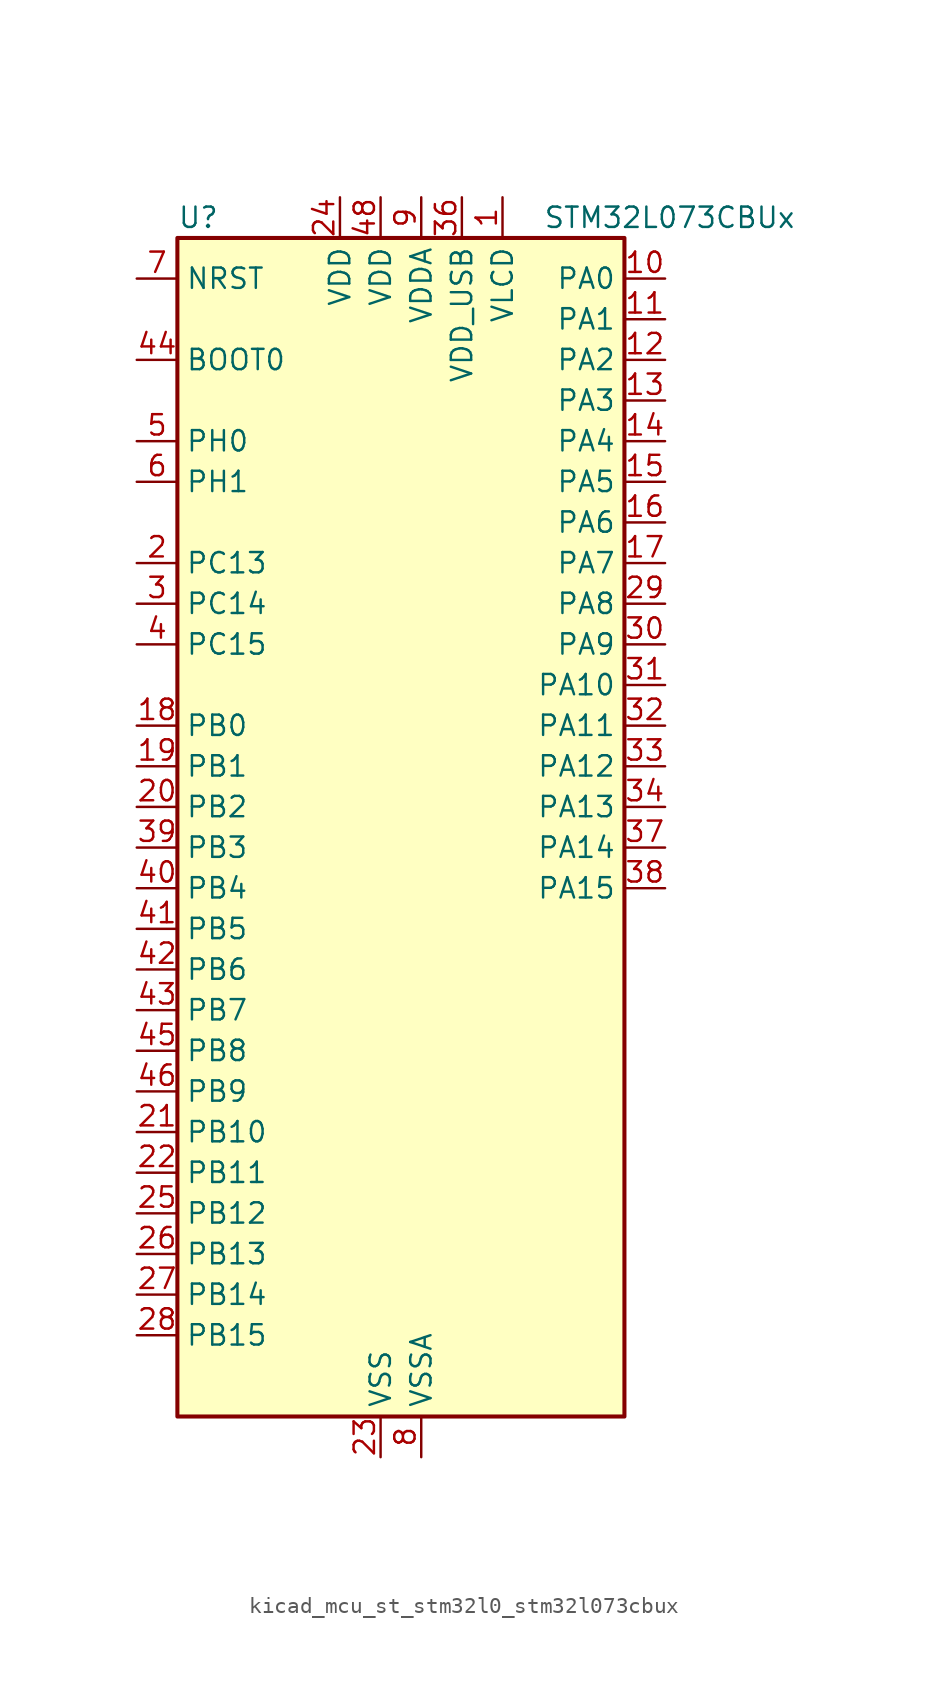
<source format=kicad_sym>
(kicad_symbol_lib
  (version 20220914)
  (generator kicad_symbol_editor)
  (symbol "kicad_mcu_st_stm32l0_stm32l073cbux"
    (property "Reference" "U"
      (at -12.7 39.37 0)
      (effects (font (size 1.27 1.27)) (justify left)))
    (property "Value" "STM32L073CBUx"
      (at 10.16 39.37 0)
      (effects (font (size 1.27 1.27)) (justify left)))
    (property "ki_locked" ""
      (at 0 0 0)
      (effects (font (size 1.27 1.27))))
    (symbol "kicad_mcu_st_stm32l0_stm32l073cbux_0_1"
      (rectangle (start -12.7 -35.56) (end 15.24 38.1) (stroke (width 0.254) (type default)) (fill (type background))))
    (symbol "kicad_mcu_st_stm32l0_stm32l073cbux_1_1"
      (pin power_in line (at 7.62 40.64 270) (length 2.54) (name "VLCD" (effects (font (size 1.27 1.27)))) (number "1" (effects (font (size 1.27 1.27)))))
      (pin bidirectional line (at 17.78 35.56 180) (length 2.54) (name "PA0" (effects (font (size 1.27 1.27)))) (number "10" (effects (font (size 1.27 1.27)))) (alternate "ADC_IN0" bidirectional line) (alternate "COMP1_INM" bidirectional line) (alternate "COMP1_OUT" bidirectional line) (alternate "RTC_TAMP2" bidirectional line) (alternate "SYS_WKUP1" bidirectional line) (alternate "TIM2_CH1" bidirectional line) (alternate "TIM2_ETR" bidirectional line) (alternate "TSC_G1_IO1" bidirectional line) (alternate "USART2_CTS" bidirectional line) (alternate "USART4_TX" bidirectional line))
      (pin bidirectional line (at 17.78 33.02 180) (length 2.54) (name "PA1" (effects (font (size 1.27 1.27)))) (number "11" (effects (font (size 1.27 1.27)))) (alternate "ADC_IN1" bidirectional line) (alternate "COMP1_INP" bidirectional line) (alternate "LCD_SEG0" bidirectional line) (alternate "TIM21_ETR" bidirectional line) (alternate "TIM2_CH2" bidirectional line) (alternate "TSC_G1_IO2" bidirectional line) (alternate "USART2_DE" bidirectional line) (alternate "USART2_RTS" bidirectional line) (alternate "USART4_RX" bidirectional line))
      (pin bidirectional line (at 17.78 30.48 180) (length 2.54) (name "PA2" (effects (font (size 1.27 1.27)))) (number "12" (effects (font (size 1.27 1.27)))) (alternate "ADC_IN2" bidirectional line) (alternate "COMP2_INM" bidirectional line) (alternate "COMP2_OUT" bidirectional line) (alternate "LCD_SEG1" bidirectional line) (alternate "LPUART1_TX" bidirectional line) (alternate "TIM21_CH1" bidirectional line) (alternate "TIM2_CH3" bidirectional line) (alternate "TSC_G1_IO3" bidirectional line) (alternate "USART2_TX" bidirectional line))
      (pin bidirectional line (at 17.78 27.94 180) (length 2.54) (name "PA3" (effects (font (size 1.27 1.27)))) (number "13" (effects (font (size 1.27 1.27)))) (alternate "ADC_IN3" bidirectional line) (alternate "COMP2_INP" bidirectional line) (alternate "LCD_SEG2" bidirectional line) (alternate "LPUART1_RX" bidirectional line) (alternate "TIM21_CH2" bidirectional line) (alternate "TIM2_CH4" bidirectional line) (alternate "TSC_G1_IO4" bidirectional line) (alternate "USART2_RX" bidirectional line))
      (pin bidirectional line (at 17.78 25.4 180) (length 2.54) (name "PA4" (effects (font (size 1.27 1.27)))) (number "14" (effects (font (size 1.27 1.27)))) (alternate "ADC_IN4" bidirectional line) (alternate "COMP1_INM" bidirectional line) (alternate "COMP2_INM" bidirectional line) (alternate "DAC_OUT1" bidirectional line) (alternate "SPI1_NSS" bidirectional line) (alternate "TIM22_ETR" bidirectional line) (alternate "TSC_G2_IO1" bidirectional line) (alternate "USART2_CK" bidirectional line))
      (pin bidirectional line (at 17.78 22.86 180) (length 2.54) (name "PA5" (effects (font (size 1.27 1.27)))) (number "15" (effects (font (size 1.27 1.27)))) (alternate "ADC_IN5" bidirectional line) (alternate "COMP1_INM" bidirectional line) (alternate "COMP2_INM" bidirectional line) (alternate "DAC_OUT2" bidirectional line) (alternate "SPI1_SCK" bidirectional line) (alternate "TIM2_CH1" bidirectional line) (alternate "TIM2_ETR" bidirectional line) (alternate "TSC_G2_IO2" bidirectional line))
      (pin bidirectional line (at 17.78 20.32 180) (length 2.54) (name "PA6" (effects (font (size 1.27 1.27)))) (number "16" (effects (font (size 1.27 1.27)))) (alternate "ADC_IN6" bidirectional line) (alternate "COMP1_OUT" bidirectional line) (alternate "LCD_SEG3" bidirectional line) (alternate "LPUART1_CTS" bidirectional line) (alternate "SPI1_MISO" bidirectional line) (alternate "TIM22_CH1" bidirectional line) (alternate "TIM3_CH1" bidirectional line) (alternate "TSC_G2_IO3" bidirectional line))
      (pin bidirectional line (at 17.78 17.78 180) (length 2.54) (name "PA7" (effects (font (size 1.27 1.27)))) (number "17" (effects (font (size 1.27 1.27)))) (alternate "ADC_IN7" bidirectional line) (alternate "COMP2_OUT" bidirectional line) (alternate "LCD_SEG4" bidirectional line) (alternate "SPI1_MOSI" bidirectional line) (alternate "TIM22_CH2" bidirectional line) (alternate "TIM3_CH2" bidirectional line) (alternate "TSC_G2_IO4" bidirectional line))
      (pin bidirectional line (at -15.24 7.62 0) (length 2.54) (name "PB0" (effects (font (size 1.27 1.27)))) (number "18" (effects (font (size 1.27 1.27)))) (alternate "ADC_IN8" bidirectional line) (alternate "LCD_SEG5" bidirectional line) (alternate "LCD_VLCD3" bidirectional line) (alternate "SYS_VREF_OUT_PB0" bidirectional line) (alternate "TIM3_CH3" bidirectional line) (alternate "TSC_G3_IO2" bidirectional line))
      (pin bidirectional line (at -15.24 5.08 0) (length 2.54) (name "PB1" (effects (font (size 1.27 1.27)))) (number "19" (effects (font (size 1.27 1.27)))) (alternate "ADC_IN9" bidirectional line) (alternate "LCD_SEG6" bidirectional line) (alternate "LPUART1_DE" bidirectional line) (alternate "LPUART1_RTS" bidirectional line) (alternate "SYS_VREF_OUT_PB1" bidirectional line) (alternate "TIM3_CH4" bidirectional line) (alternate "TSC_G3_IO3" bidirectional line))
      (pin bidirectional line (at -15.24 17.78 0) (length 2.54) (name "PC13" (effects (font (size 1.27 1.27)))) (number "2" (effects (font (size 1.27 1.27)))) (alternate "RTC_OUT_ALARM" bidirectional line) (alternate "RTC_OUT_CALIB" bidirectional line) (alternate "RTC_TAMP1" bidirectional line) (alternate "RTC_TS" bidirectional line) (alternate "SYS_WKUP2" bidirectional line))
      (pin bidirectional line (at -15.24 2.54 0) (length 2.54) (name "PB2" (effects (font (size 1.27 1.27)))) (number "20" (effects (font (size 1.27 1.27)))) (alternate "I2C3_SMBA" bidirectional line) (alternate "LCD_VLCD2" bidirectional line) (alternate "LPTIM1_OUT" bidirectional line) (alternate "TSC_G3_IO4" bidirectional line))
      (pin bidirectional line (at -15.24 -17.78 0) (length 2.54) (name "PB10" (effects (font (size 1.27 1.27)))) (number "21" (effects (font (size 1.27 1.27)))) (alternate "I2C2_SCL" bidirectional line) (alternate "LCD_SEG10" bidirectional line) (alternate "LPUART1_RX" bidirectional line) (alternate "LPUART1_TX" bidirectional line) (alternate "SPI2_SCK" bidirectional line) (alternate "TIM2_CH3" bidirectional line) (alternate "TSC_SYNC" bidirectional line))
      (pin bidirectional line (at -15.24 -20.32 0) (length 2.54) (name "PB11" (effects (font (size 1.27 1.27)))) (number "22" (effects (font (size 1.27 1.27)))) (alternate "ADC_EXTI11" bidirectional line) (alternate "I2C2_SDA" bidirectional line) (alternate "LCD_SEG11" bidirectional line) (alternate "LPUART1_RX" bidirectional line) (alternate "LPUART1_TX" bidirectional line) (alternate "TIM2_CH4" bidirectional line) (alternate "TSC_G6_IO1" bidirectional line))
      (pin power_in line (at 0 -38.1 90) (length 2.54) (name "VSS" (effects (font (size 1.27 1.27)))) (number "23" (effects (font (size 1.27 1.27)))))
      (pin power_in line (at -2.54 40.64 270) (length 2.54) (name "VDD" (effects (font (size 1.27 1.27)))) (number "24" (effects (font (size 1.27 1.27)))))
      (pin bidirectional line (at -15.24 -22.86 0) (length 2.54) (name "PB12" (effects (font (size 1.27 1.27)))) (number "25" (effects (font (size 1.27 1.27)))) (alternate "I2S2_WS" bidirectional line) (alternate "LCD_SEG12" bidirectional line) (alternate "LCD_VLCD2" bidirectional line) (alternate "LPUART1_DE" bidirectional line) (alternate "LPUART1_RTS" bidirectional line) (alternate "SPI2_NSS" bidirectional line) (alternate "TSC_G6_IO2" bidirectional line))
      (pin bidirectional line (at -15.24 -25.4 0) (length 2.54) (name "PB13" (effects (font (size 1.27 1.27)))) (number "26" (effects (font (size 1.27 1.27)))) (alternate "I2C2_SCL" bidirectional line) (alternate "I2S2_CK" bidirectional line) (alternate "LCD_SEG13" bidirectional line) (alternate "LPUART1_CTS" bidirectional line) (alternate "RCC_MCO" bidirectional line) (alternate "SPI2_SCK" bidirectional line) (alternate "TIM21_CH1" bidirectional line) (alternate "TSC_G6_IO3" bidirectional line))
      (pin bidirectional line (at -15.24 -27.94 0) (length 2.54) (name "PB14" (effects (font (size 1.27 1.27)))) (number "27" (effects (font (size 1.27 1.27)))) (alternate "I2C2_SDA" bidirectional line) (alternate "I2S2_MCK" bidirectional line) (alternate "LCD_SEG14" bidirectional line) (alternate "LPUART1_DE" bidirectional line) (alternate "LPUART1_RTS" bidirectional line) (alternate "RTC_OUT_ALARM" bidirectional line) (alternate "RTC_OUT_CALIB" bidirectional line) (alternate "SPI2_MISO" bidirectional line) (alternate "TIM21_CH2" bidirectional line) (alternate "TSC_G6_IO4" bidirectional line))
      (pin bidirectional line (at -15.24 -30.48 0) (length 2.54) (name "PB15" (effects (font (size 1.27 1.27)))) (number "28" (effects (font (size 1.27 1.27)))) (alternate "I2S2_SD" bidirectional line) (alternate "LCD_SEG15" bidirectional line) (alternate "RTC_REFIN" bidirectional line) (alternate "SPI2_MOSI" bidirectional line))
      (pin bidirectional line (at 17.78 15.24 180) (length 2.54) (name "PA8" (effects (font (size 1.27 1.27)))) (number "29" (effects (font (size 1.27 1.27)))) (alternate "CRS_SYNC" bidirectional line) (alternate "I2C3_SCL" bidirectional line) (alternate "LCD_COM0" bidirectional line) (alternate "RCC_MCO" bidirectional line) (alternate "USART1_CK" bidirectional line))
      (pin bidirectional line (at -15.24 15.24 0) (length 2.54) (name "PC14" (effects (font (size 1.27 1.27)))) (number "3" (effects (font (size 1.27 1.27)))) (alternate "RCC_OSC32_IN" bidirectional line))
      (pin bidirectional line (at 17.78 12.7 180) (length 2.54) (name "PA9" (effects (font (size 1.27 1.27)))) (number "30" (effects (font (size 1.27 1.27)))) (alternate "DAC_EXTI9" bidirectional line) (alternate "I2C1_SCL" bidirectional line) (alternate "I2C3_SMBA" bidirectional line) (alternate "LCD_COM1" bidirectional line) (alternate "RCC_MCO" bidirectional line) (alternate "TSC_G4_IO1" bidirectional line) (alternate "USART1_TX" bidirectional line))
      (pin bidirectional line (at 17.78 10.16 180) (length 2.54) (name "PA10" (effects (font (size 1.27 1.27)))) (number "31" (effects (font (size 1.27 1.27)))) (alternate "I2C1_SDA" bidirectional line) (alternate "LCD_COM2" bidirectional line) (alternate "TSC_G4_IO2" bidirectional line) (alternate "USART1_RX" bidirectional line))
      (pin bidirectional line (at 17.78 7.62 180) (length 2.54) (name "PA11" (effects (font (size 1.27 1.27)))) (number "32" (effects (font (size 1.27 1.27)))) (alternate "ADC_EXTI11" bidirectional line) (alternate "COMP1_OUT" bidirectional line) (alternate "SPI1_MISO" bidirectional line) (alternate "TSC_G4_IO3" bidirectional line) (alternate "USART1_CTS" bidirectional line) (alternate "USB_DM" bidirectional line))
      (pin bidirectional line (at 17.78 5.08 180) (length 2.54) (name "PA12" (effects (font (size 1.27 1.27)))) (number "33" (effects (font (size 1.27 1.27)))) (alternate "COMP2_OUT" bidirectional line) (alternate "SPI1_MOSI" bidirectional line) (alternate "TSC_G4_IO4" bidirectional line) (alternate "USART1_DE" bidirectional line) (alternate "USART1_RTS" bidirectional line) (alternate "USB_DP" bidirectional line))
      (pin bidirectional line (at 17.78 2.54 180) (length 2.54) (name "PA13" (effects (font (size 1.27 1.27)))) (number "34" (effects (font (size 1.27 1.27)))) (alternate "LPUART1_RX" bidirectional line) (alternate "SYS_SWDIO" bidirectional line) (alternate "USB_NOE" bidirectional line))
      (pin passive line (at 0 -38.1 90) (length 2.54) hide (name "VSS" (effects (font (size 1.27 1.27)))) (number "35" (effects (font (size 1.27 1.27)))))
      (pin power_in line (at 5.08 40.64 270) (length 2.54) (name "VDD_USB" (effects (font (size 1.27 1.27)))) (number "36" (effects (font (size 1.27 1.27)))))
      (pin bidirectional line (at 17.78 0 180) (length 2.54) (name "PA14" (effects (font (size 1.27 1.27)))) (number "37" (effects (font (size 1.27 1.27)))) (alternate "LPUART1_TX" bidirectional line) (alternate "SYS_SWCLK" bidirectional line) (alternate "USART2_TX" bidirectional line))
      (pin bidirectional line (at 17.78 -2.54 180) (length 2.54) (name "PA15" (effects (font (size 1.27 1.27)))) (number "38" (effects (font (size 1.27 1.27)))) (alternate "LCD_SEG17" bidirectional line) (alternate "SPI1_NSS" bidirectional line) (alternate "TIM2_CH1" bidirectional line) (alternate "TIM2_ETR" bidirectional line) (alternate "USART2_RX" bidirectional line) (alternate "USART4_DE" bidirectional line) (alternate "USART4_RTS" bidirectional line))
      (pin bidirectional line (at -15.24 0 0) (length 2.54) (name "PB3" (effects (font (size 1.27 1.27)))) (number "39" (effects (font (size 1.27 1.27)))) (alternate "COMP2_INM" bidirectional line) (alternate "LCD_SEG7" bidirectional line) (alternate "SPI1_SCK" bidirectional line) (alternate "TIM2_CH2" bidirectional line) (alternate "TSC_G5_IO1" bidirectional line) (alternate "USART1_DE" bidirectional line) (alternate "USART1_RTS" bidirectional line) (alternate "USART5_TX" bidirectional line))
      (pin bidirectional line (at -15.24 12.7 0) (length 2.54) (name "PC15" (effects (font (size 1.27 1.27)))) (number "4" (effects (font (size 1.27 1.27)))) (alternate "RCC_OSC32_OUT" bidirectional line))
      (pin bidirectional line (at -15.24 -2.54 0) (length 2.54) (name "PB4" (effects (font (size 1.27 1.27)))) (number "40" (effects (font (size 1.27 1.27)))) (alternate "COMP2_INP" bidirectional line) (alternate "I2C3_SDA" bidirectional line) (alternate "LCD_SEG8" bidirectional line) (alternate "SPI1_MISO" bidirectional line) (alternate "TIM22_CH1" bidirectional line) (alternate "TIM3_CH1" bidirectional line) (alternate "TSC_G5_IO2" bidirectional line) (alternate "USART1_CTS" bidirectional line) (alternate "USART5_RX" bidirectional line))
      (pin bidirectional line (at -15.24 -5.08 0) (length 2.54) (name "PB5" (effects (font (size 1.27 1.27)))) (number "41" (effects (font (size 1.27 1.27)))) (alternate "COMP2_INP" bidirectional line) (alternate "I2C1_SMBA" bidirectional line) (alternate "LCD_SEG9" bidirectional line) (alternate "LPTIM1_IN1" bidirectional line) (alternate "SPI1_MOSI" bidirectional line) (alternate "TIM22_CH2" bidirectional line) (alternate "TIM3_CH2" bidirectional line) (alternate "USART1_CK" bidirectional line) (alternate "USART5_CK" bidirectional line) (alternate "USART5_DE" bidirectional line) (alternate "USART5_RTS" bidirectional line))
      (pin bidirectional line (at -15.24 -7.62 0) (length 2.54) (name "PB6" (effects (font (size 1.27 1.27)))) (number "42" (effects (font (size 1.27 1.27)))) (alternate "COMP2_INP" bidirectional line) (alternate "I2C1_SCL" bidirectional line) (alternate "LPTIM1_ETR" bidirectional line) (alternate "TSC_G5_IO3" bidirectional line) (alternate "USART1_TX" bidirectional line))
      (pin bidirectional line (at -15.24 -10.16 0) (length 2.54) (name "PB7" (effects (font (size 1.27 1.27)))) (number "43" (effects (font (size 1.27 1.27)))) (alternate "COMP2_INP" bidirectional line) (alternate "I2C1_SDA" bidirectional line) (alternate "LPTIM1_IN2" bidirectional line) (alternate "SYS_PVD_IN" bidirectional line) (alternate "TSC_G5_IO4" bidirectional line) (alternate "USART1_RX" bidirectional line) (alternate "USART4_CTS" bidirectional line))
      (pin input line (at -15.24 30.48 0) (length 2.54) (name "BOOT0" (effects (font (size 1.27 1.27)))) (number "44" (effects (font (size 1.27 1.27)))))
      (pin bidirectional line (at -15.24 -12.7 0) (length 2.54) (name "PB8" (effects (font (size 1.27 1.27)))) (number "45" (effects (font (size 1.27 1.27)))) (alternate "I2C1_SCL" bidirectional line) (alternate "LCD_SEG16" bidirectional line) (alternate "TSC_SYNC" bidirectional line))
      (pin bidirectional line (at -15.24 -15.24 0) (length 2.54) (name "PB9" (effects (font (size 1.27 1.27)))) (number "46" (effects (font (size 1.27 1.27)))) (alternate "DAC_EXTI9" bidirectional line) (alternate "I2C1_SDA" bidirectional line) (alternate "I2S2_WS" bidirectional line) (alternate "LCD_COM3" bidirectional line) (alternate "SPI2_NSS" bidirectional line))
      (pin passive line (at 0 -38.1 90) (length 2.54) hide (name "VSS" (effects (font (size 1.27 1.27)))) (number "47" (effects (font (size 1.27 1.27)))))
      (pin power_in line (at 0 40.64 270) (length 2.54) (name "VDD" (effects (font (size 1.27 1.27)))) (number "48" (effects (font (size 1.27 1.27)))))
      (pin passive line (at 0 -38.1 90) (length 2.54) hide (name "VSS" (effects (font (size 1.27 1.27)))) (number "49" (effects (font (size 1.27 1.27)))))
      (pin bidirectional line (at -15.24 25.4 0) (length 2.54) (name "PH0" (effects (font (size 1.27 1.27)))) (number "5" (effects (font (size 1.27 1.27)))) (alternate "CRS_SYNC" bidirectional line) (alternate "RCC_OSC_IN" bidirectional line))
      (pin bidirectional line (at -15.24 22.86 0) (length 2.54) (name "PH1" (effects (font (size 1.27 1.27)))) (number "6" (effects (font (size 1.27 1.27)))) (alternate "RCC_OSC_OUT" bidirectional line))
      (pin input line (at -15.24 35.56 0) (length 2.54) (name "NRST" (effects (font (size 1.27 1.27)))) (number "7" (effects (font (size 1.27 1.27)))))
      (pin power_in line (at 2.54 -38.1 90) (length 2.54) (name "VSSA" (effects (font (size 1.27 1.27)))) (number "8" (effects (font (size 1.27 1.27)))))
      (pin power_in line (at 2.54 40.64 270) (length 2.54) (name "VDDA" (effects (font (size 1.27 1.27)))) (number "9" (effects (font (size 1.27 1.27))))))))
</source>
